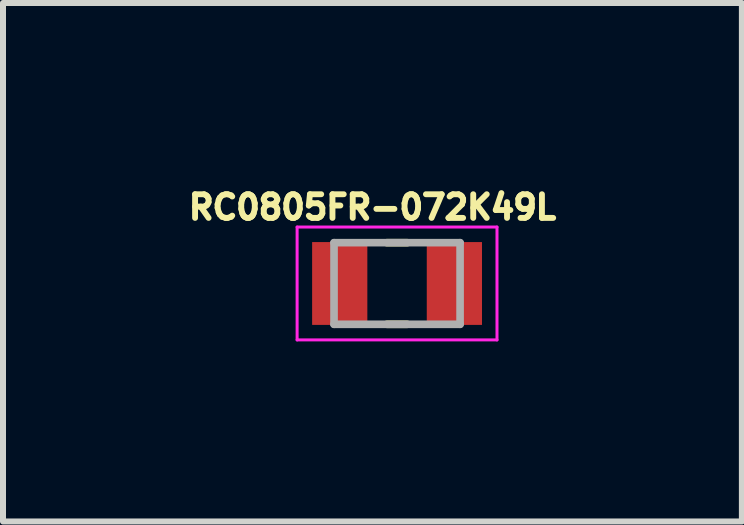
<source format=kicad_pcb>
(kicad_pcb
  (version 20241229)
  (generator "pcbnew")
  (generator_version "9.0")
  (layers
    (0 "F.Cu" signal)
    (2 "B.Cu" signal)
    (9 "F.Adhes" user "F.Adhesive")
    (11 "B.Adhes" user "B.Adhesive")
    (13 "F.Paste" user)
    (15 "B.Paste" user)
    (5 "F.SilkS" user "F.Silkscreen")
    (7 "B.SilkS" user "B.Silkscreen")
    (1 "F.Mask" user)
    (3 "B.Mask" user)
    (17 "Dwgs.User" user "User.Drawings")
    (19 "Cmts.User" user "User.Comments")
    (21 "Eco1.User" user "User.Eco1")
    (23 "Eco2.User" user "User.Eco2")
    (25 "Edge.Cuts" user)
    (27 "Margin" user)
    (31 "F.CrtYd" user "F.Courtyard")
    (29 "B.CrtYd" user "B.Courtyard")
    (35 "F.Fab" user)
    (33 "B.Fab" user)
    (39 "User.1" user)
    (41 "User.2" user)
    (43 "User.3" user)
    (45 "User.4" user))
  (footprint "RC0805FR-072K49L"
    (layer "F.Cu")
    (at 3.565 1.673)
    (property "Reference" "RC0805FR-072K49L" (at -0.41 -1.27 0) (layer "F.SilkS") (effects (font (size 0.394 0.394) (thickness 0.098))))
    (attr smd)
    (fp_line (start -0.17 -0.68) (end 0.17 -0.68) (stroke (width 0.127) (type solid)) (layer "F.SilkS"))
    (fp_line (start -0.17 0.68) (end 0.17 0.68) (stroke (width 0.127) (type solid)) (layer "F.SilkS"))
    (fp_line (start -1.665 -0.94) (end 1.665 -0.94) (stroke (width 0.05) (type solid)) (layer "F.CrtYd"))
    (fp_line (start -1.665 0.94) (end -1.665 -0.94) (stroke (width 0.05) (type solid)) (layer "F.CrtYd"))
    (fp_line (start -1.665 0.94) (end 1.665 0.94) (stroke (width 0.05) (type solid)) (layer "F.CrtYd"))
    (fp_line (start 1.665 0.94) (end 1.665 -0.94) (stroke (width 0.05) (type solid)) (layer "F.CrtYd"))
    (fp_line (start -1.05 0.68) (end -1.05 -0.68) (stroke (width 0.127) (type solid)) (layer "F.Fab"))
    (fp_line (start 1.05 -0.68) (end -1.05 -0.68) (stroke (width 0.127) (type solid)) (layer "F.Fab"))
    (fp_line (start 1.05 0.68) (end -1.05 0.68) (stroke (width 0.127) (type solid)) (layer "F.Fab"))
    (fp_line (start 1.05 0.68) (end 1.05 -0.68) (stroke (width 0.127) (type solid)) (layer "F.Fab"))
    (pad "1" smd rect (at -0.955 0) (size 0.92 1.38) (layers "F.Cu" "F.Mask" "F.Paste"))
    (pad "2" smd rect (at 0.955 0) (size 0.92 1.38) (layers "F.Cu" "F.Mask" "F.Paste")))
  (gr_rect
    (start -3 -3)
    (end 9.31 5.638)
    (stroke (width 0.1) (type default))
    (fill no)
    (layer "Edge.Cuts")))
</source>
